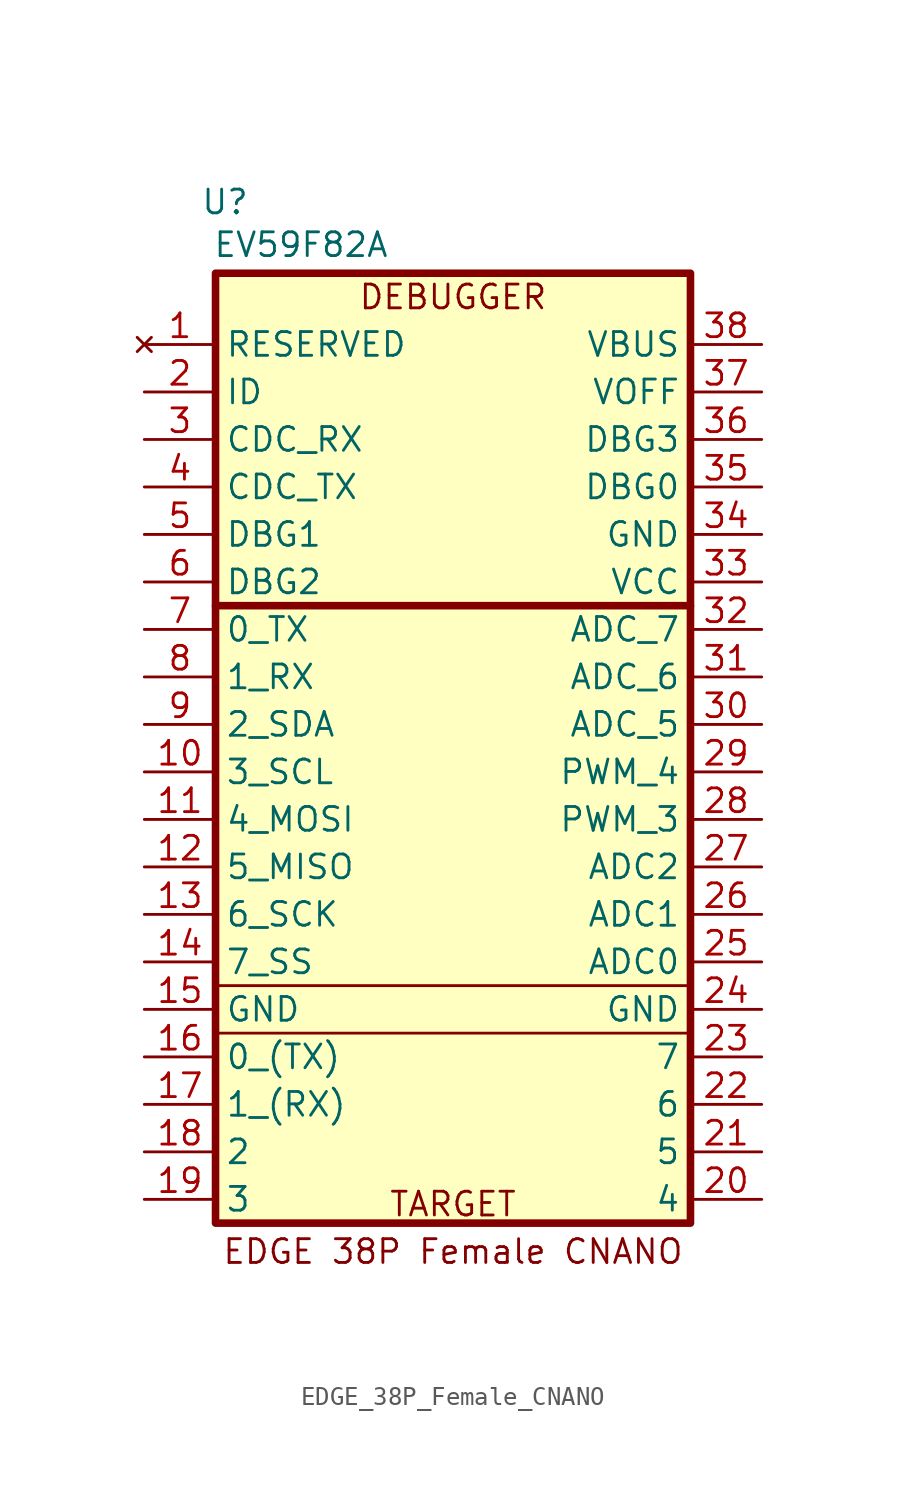
<source format=kicad_sym>
(kicad_symbol_lib
  (version 20241209)
  (generator "kicad_symbol_editor")
  (generator_version "9.0")
  (symbol "EDGE_38P_Female_CNANO"
    (property "Reference" "U"
      (at -12.192 29.21 0)
      (effects (font (size 1.27 1.27))))
    (property "Value" "EV59F82A"
      (at -8.128 26.924 0)
      (effects (font (size 1.27 1.27))))
    (symbol "EDGE_38P_Female_CNANO_0_1"
      (polyline (pts (xy -12.7 7.62) (xy 12.7 7.62)) (stroke (width 0.406) (type default)) (fill (type none)))
      (polyline (pts (xy -12.7 -12.7) (xy 12.7 -12.7)) (stroke (width 0) (type default)) (fill (type none)))
      (polyline (pts (xy -12.7 -15.24) (xy 12.7 -15.24)) (stroke (width 0) (type default)) (fill (type none)))
      (polyline (pts (xy 0 25.4) (xy -12.7 25.4) (xy -12.7 -25.4) (xy 12.7 -25.4) (xy 12.7 25.4) (xy 0 25.4)) (stroke (width 0.406) (type default)) (fill (type background))))
    (symbol "EDGE_38P_Female_CNANO_1_1"
      (text "DEBUGGER" (at 0 24.13 0) (effects (font (size 1.27 1.27))))
      (text "TARGET" (at 0 -24.384 0) (effects (font (size 1.27 1.27))))
      (text "EDGE 38P Female CNANO" (at 0 -26.924 0) (effects (font (size 1.27 1.27))))
      (pin no_connect line (at -16.51 21.59 0) (length 3.81) (name "RESERVED" (effects (font (size 1.27 1.27)))) (number "1" (effects (font (size 1.27 1.27)))))
      (pin bidirectional line (at -16.51 19.05 0) (length 3.81) (name "ID" (effects (font (size 1.27 1.27)))) (number "2" (effects (font (size 1.27 1.27)))))
      (pin bidirectional line (at -16.51 16.51 0) (length 3.81) (name "CDC_RX" (effects (font (size 1.27 1.27)))) (number "3" (effects (font (size 1.27 1.27)))))
      (pin bidirectional line (at -16.51 13.97 0) (length 3.81) (name "CDC_TX" (effects (font (size 1.27 1.27)))) (number "4" (effects (font (size 1.27 1.27)))))
      (pin bidirectional line (at -16.51 11.43 0) (length 3.81) (name "DBG1" (effects (font (size 1.27 1.27)))) (number "5" (effects (font (size 1.27 1.27)))))
      (pin bidirectional line (at -16.51 8.89 0) (length 3.81) (name "DBG2" (effects (font (size 1.27 1.27)))) (number "6" (effects (font (size 1.27 1.27)))))
      (pin bidirectional line (at -16.51 6.35 0) (length 3.81) (name "0_TX" (effects (font (size 1.27 1.27)))) (number "7" (effects (font (size 1.27 1.27)))))
      (pin bidirectional line (at -16.51 3.81 0) (length 3.81) (name "1_RX" (effects (font (size 1.27 1.27)))) (number "8" (effects (font (size 1.27 1.27)))))
      (pin bidirectional line (at -16.51 1.27 0) (length 3.81) (name "2_SDA" (effects (font (size 1.27 1.27)))) (number "9" (effects (font (size 1.27 1.27)))))
      (pin bidirectional line (at -16.51 -1.27 0) (length 3.81) (name "3_SCL" (effects (font (size 1.27 1.27)))) (number "10" (effects (font (size 1.27 1.27)))))
      (pin bidirectional line (at -16.51 -3.81 0) (length 3.81) (name "4_MOSI" (effects (font (size 1.27 1.27)))) (number "11" (effects (font (size 1.27 1.27)))))
      (pin bidirectional line (at -16.51 -6.35 0) (length 3.81) (name "5_MISO" (effects (font (size 1.27 1.27)))) (number "12" (effects (font (size 1.27 1.27)))))
      (pin bidirectional line (at -16.51 -8.89 0) (length 3.81) (name "6_SCK" (effects (font (size 1.27 1.27)))) (number "13" (effects (font (size 1.27 1.27)))))
      (pin bidirectional line (at -16.51 -11.43 0) (length 3.81) (name "7_SS" (effects (font (size 1.27 1.27)))) (number "14" (effects (font (size 1.27 1.27)))))
      (pin bidirectional line (at -16.51 -13.97 0) (length 3.81) (name "GND" (effects (font (size 1.27 1.27)))) (number "15" (effects (font (size 1.27 1.27)))))
      (pin bidirectional line (at -16.51 -16.51 0) (length 3.81) (name "0_(TX)" (effects (font (size 1.27 1.27)))) (number "16" (effects (font (size 1.27 1.27)))))
      (pin bidirectional line (at -16.51 -19.05 0) (length 3.81) (name "1_(RX)" (effects (font (size 1.27 1.27)))) (number "17" (effects (font (size 1.27 1.27)))))
      (pin bidirectional line (at -16.51 -21.59 0) (length 3.81) (name "2" (effects (font (size 1.27 1.27)))) (number "18" (effects (font (size 1.27 1.27)))))
      (pin bidirectional line (at -16.51 -24.13 0) (length 3.81) (name "3" (effects (font (size 1.27 1.27)))) (number "19" (effects (font (size 1.27 1.27)))))
      (pin bidirectional line (at 16.51 21.59 180) (length 3.81) (name "VBUS" (effects (font (size 1.27 1.27)))) (number "38" (effects (font (size 1.27 1.27)))))
      (pin bidirectional line (at 16.51 19.05 180) (length 3.81) (name "VOFF" (effects (font (size 1.27 1.27)))) (number "37" (effects (font (size 1.27 1.27)))))
      (pin bidirectional line (at 16.51 16.51 180) (length 3.81) (name "DBG3" (effects (font (size 1.27 1.27)))) (number "36" (effects (font (size 1.27 1.27)))))
      (pin bidirectional line (at 16.51 13.97 180) (length 3.81) (name "DBG0" (effects (font (size 1.27 1.27)))) (number "35" (effects (font (size 1.27 1.27)))))
      (pin bidirectional line (at 16.51 11.43 180) (length 3.81) (name "GND" (effects (font (size 1.27 1.27)))) (number "34" (effects (font (size 1.27 1.27)))))
      (pin bidirectional line (at 16.51 8.89 180) (length 3.81) (name "VCC" (effects (font (size 1.27 1.27)))) (number "33" (effects (font (size 1.27 1.27)))))
      (pin bidirectional line (at 16.51 6.35 180) (length 3.81) (name "ADC_7" (effects (font (size 1.27 1.27)))) (number "32" (effects (font (size 1.27 1.27)))))
      (pin bidirectional line (at 16.51 3.81 180) (length 3.81) (name "ADC_6" (effects (font (size 1.27 1.27)))) (number "31" (effects (font (size 1.27 1.27)))))
      (pin bidirectional line (at 16.51 1.27 180) (length 3.81) (name "ADC_5" (effects (font (size 1.27 1.27)))) (number "30" (effects (font (size 1.27 1.27)))))
      (pin bidirectional line (at 16.51 -1.27 180) (length 3.81) (name "PWM_4" (effects (font (size 1.27 1.27)))) (number "29" (effects (font (size 1.27 1.27)))))
      (pin bidirectional line (at 16.51 -3.81 180) (length 3.81) (name "PWM_3" (effects (font (size 1.27 1.27)))) (number "28" (effects (font (size 1.27 1.27)))))
      (pin bidirectional line (at 16.51 -6.35 180) (length 3.81) (name "ADC2" (effects (font (size 1.27 1.27)))) (number "27" (effects (font (size 1.27 1.27)))))
      (pin bidirectional line (at 16.51 -8.89 180) (length 3.81) (name "ADC1" (effects (font (size 1.27 1.27)))) (number "26" (effects (font (size 1.27 1.27)))))
      (pin bidirectional line (at 16.51 -11.43 180) (length 3.81) (name "ADC0" (effects (font (size 1.27 1.27)))) (number "25" (effects (font (size 1.27 1.27)))))
      (pin bidirectional line (at 16.51 -13.97 180) (length 3.81) (name "GND" (effects (font (size 1.27 1.27)))) (number "24" (effects (font (size 1.27 1.27)))))
      (pin bidirectional line (at 16.51 -16.51 180) (length 3.81) (name "7" (effects (font (size 1.27 1.27)))) (number "23" (effects (font (size 1.27 1.27)))))
      (pin bidirectional line (at 16.51 -19.05 180) (length 3.81) (name "6" (effects (font (size 1.27 1.27)))) (number "22" (effects (font (size 1.27 1.27)))))
      (pin bidirectional line (at 16.51 -21.59 180) (length 3.81) (name "5" (effects (font (size 1.27 1.27)))) (number "21" (effects (font (size 1.27 1.27)))))
      (pin bidirectional line (at 16.51 -24.13 180) (length 3.81) (name "4" (effects (font (size 1.27 1.27)))) (number "20" (effects (font (size 1.27 1.27))))))))
</source>
